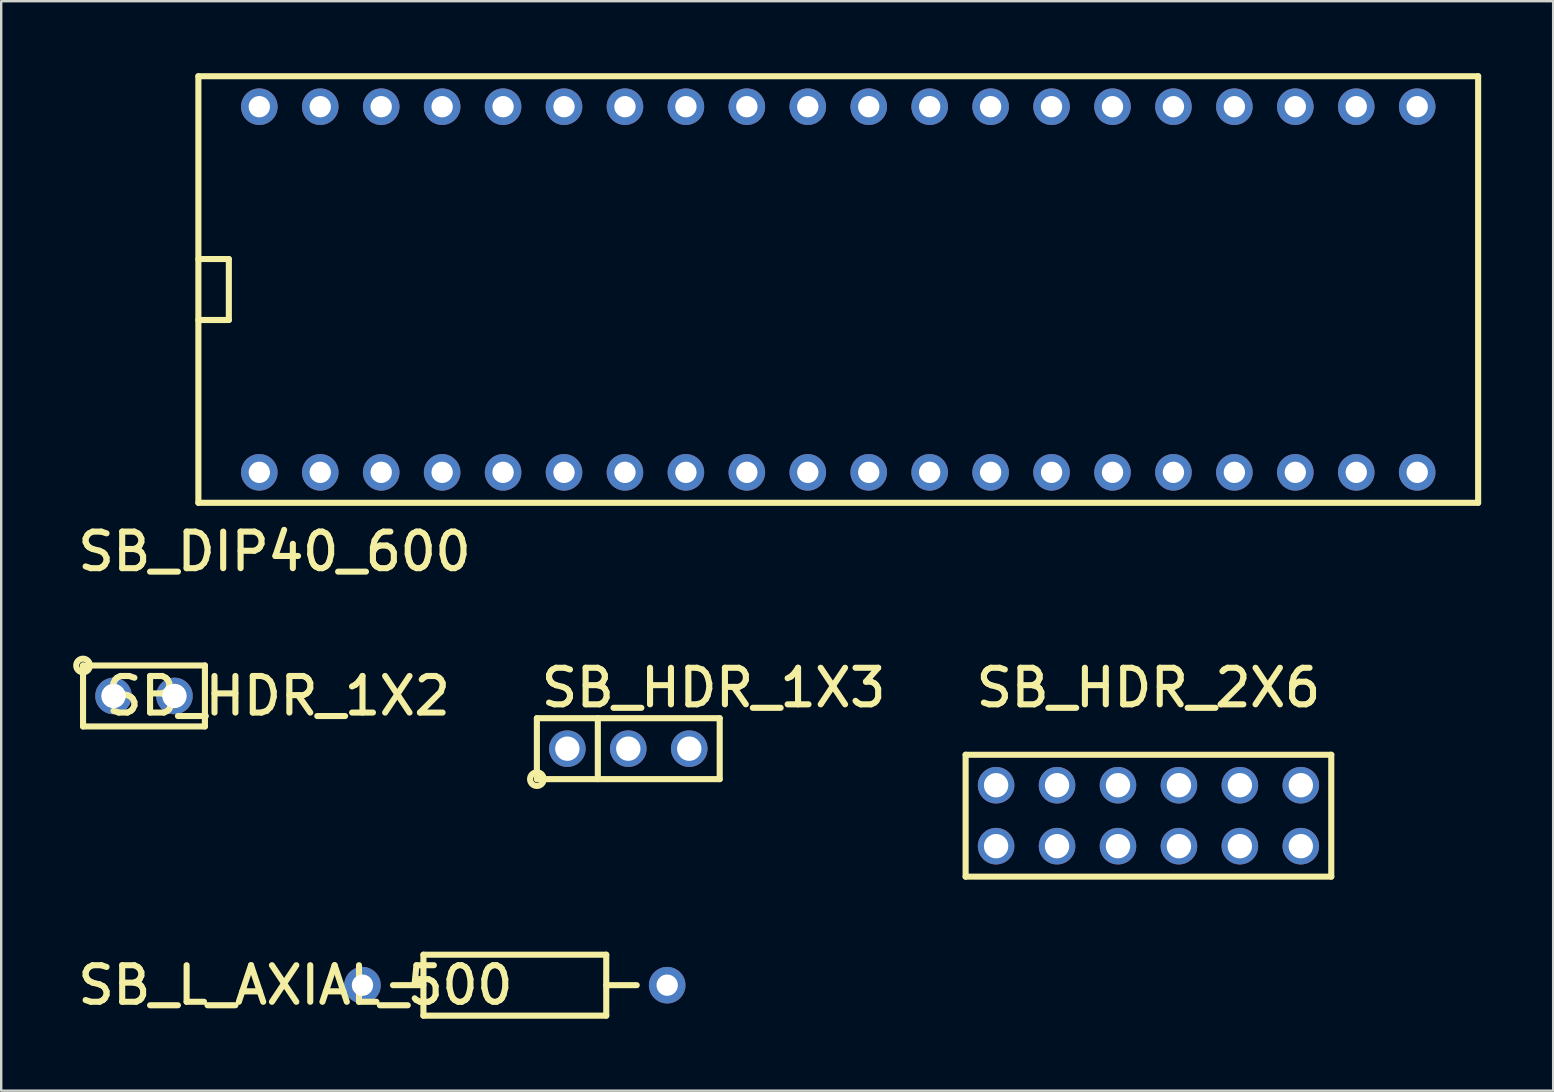
<source format=kicad_pcb>
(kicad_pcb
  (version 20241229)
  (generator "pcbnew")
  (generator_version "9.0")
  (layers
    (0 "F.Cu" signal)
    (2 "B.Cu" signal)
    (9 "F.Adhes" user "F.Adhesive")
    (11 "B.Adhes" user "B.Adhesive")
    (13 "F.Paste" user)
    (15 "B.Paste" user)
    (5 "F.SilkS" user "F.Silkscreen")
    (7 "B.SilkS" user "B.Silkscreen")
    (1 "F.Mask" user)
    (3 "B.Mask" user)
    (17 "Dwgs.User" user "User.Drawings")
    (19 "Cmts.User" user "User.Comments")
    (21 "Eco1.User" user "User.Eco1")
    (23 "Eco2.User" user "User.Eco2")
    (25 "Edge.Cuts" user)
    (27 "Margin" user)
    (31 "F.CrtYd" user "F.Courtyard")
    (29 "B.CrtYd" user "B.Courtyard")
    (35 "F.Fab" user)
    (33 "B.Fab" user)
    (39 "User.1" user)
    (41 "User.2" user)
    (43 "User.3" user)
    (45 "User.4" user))
  (footprint "SB_L_AXIAL_500"
    (layer "F.Cu")
    (at 12.058 38.012)
    (property "Reference" "SB_L_AXIAL_500" (at -2.794 0 0) (layer "F.SilkS") (effects (font (size 1.524 1.524) (thickness 0.254))))
    (attr through_hole)
    (fp_line (start 2.54 -1.27) (end 10.16 -1.27) (stroke (width 0.254) (type solid)) (layer "F.SilkS"))
    (fp_line (start 2.54 0) (end 1.27 0) (stroke (width 0.254) (type solid)) (layer "F.SilkS"))
    (fp_line (start 2.54 1.27) (end 2.54 -1.27) (stroke (width 0.254) (type solid)) (layer "F.SilkS"))
    (fp_line (start 10.16 0) (end 11.43 0) (stroke (width 0.254) (type solid)) (layer "F.SilkS"))
    (fp_line (start 10.16 1.27) (end 2.54 1.27) (stroke (width 0.254) (type solid)) (layer "F.SilkS"))
    (fp_line (start 10.16 1.27) (end 10.16 -1.27) (stroke (width 0.254) (type solid)) (layer "F.SilkS"))
    (pad "1" thru_hole circle (at 0 0 270) (size 1.524 1.524) (drill 0.889) (layers "*.Cu" "*.Mask"))
    (pad "2" thru_hole circle (at 12.7 0 270) (size 1.524 1.524) (drill 0.889) (layers "*.Cu" "*.Mask")))
  (footprint "SB_DIP40_600"
    (layer "F.Cu")
    (at 7.758 16.637)
    (property "Reference" "SB_DIP40_600" (at 0.635 3.302 0) (layer "F.SilkS") (effects (font (size 1.524 1.524) (thickness 0.254))))
    (attr through_hole)
    (fp_line (start -2.54 -16.51) (end -2.54 1.27) (stroke (width 0.254) (type solid)) (layer "F.SilkS"))
    (fp_line (start -2.54 -6.35) (end -1.27 -6.35) (stroke (width 0.254) (type solid)) (layer "F.SilkS"))
    (fp_line (start -2.54 1.27) (end 50.8 1.27) (stroke (width 0.254) (type solid)) (layer "F.SilkS"))
    (fp_line (start -1.27 -8.89) (end -2.54 -8.89) (stroke (width 0.254) (type solid)) (layer "F.SilkS"))
    (fp_line (start -1.27 -6.35) (end -1.27 -8.89) (stroke (width 0.254) (type solid)) (layer "F.SilkS"))
    (fp_line (start 50.8 -16.51) (end -2.54 -16.51) (stroke (width 0.254) (type solid)) (layer "F.SilkS"))
    (fp_line (start 50.8 1.27) (end 50.8 -16.51) (stroke (width 0.254) (type solid)) (layer "F.SilkS"))
    (pad "1" thru_hole circle (at 0 0) (size 1.524 1.524) (drill 0.889) (layers "*.Cu" "*.Mask"))
    (pad "2" thru_hole circle (at 2.54 0) (size 1.524 1.524) (drill 0.889) (layers "*.Cu" "*.Mask"))
    (pad "3" thru_hole circle (at 5.08 0) (size 1.524 1.524) (drill 0.889) (layers "*.Cu" "*.Mask"))
    (pad "4" thru_hole circle (at 7.62 0) (size 1.524 1.524) (drill 0.889) (layers "*.Cu" "*.Mask"))
    (pad "5" thru_hole circle (at 10.16 0) (size 1.524 1.524) (drill 0.889) (layers "*.Cu" "*.Mask"))
    (pad "6" thru_hole circle (at 12.7 0) (size 1.524 1.524) (drill 0.889) (layers "*.Cu" "*.Mask"))
    (pad "7" thru_hole circle (at 15.24 0) (size 1.524 1.524) (drill 0.889) (layers "*.Cu" "*.Mask"))
    (pad "8" thru_hole circle (at 17.78 0) (size 1.524 1.524) (drill 0.889) (layers "*.Cu" "*.Mask"))
    (pad "9" thru_hole circle (at 20.32 0) (size 1.524 1.524) (drill 0.889) (layers "*.Cu" "*.Mask"))
    (pad "10" thru_hole circle (at 22.86 0) (size 1.524 1.524) (drill 0.889) (layers "*.Cu" "*.Mask"))
    (pad "11" thru_hole circle (at 25.4 0) (size 1.524 1.524) (drill 0.889) (layers "*.Cu" "*.Mask"))
    (pad "12" thru_hole circle (at 27.94 0) (size 1.524 1.524) (drill 0.889) (layers "*.Cu" "*.Mask"))
    (pad "13" thru_hole circle (at 30.48 0 180) (size 1.524 1.524) (drill 0.889) (layers "*.Cu" "*.Mask"))
    (pad "14" thru_hole circle (at 33.02 0 180) (size 1.524 1.524) (drill 0.889) (layers "*.Cu" "*.Mask"))
    (pad "15" thru_hole circle (at 35.56 0 180) (size 1.524 1.524) (drill 0.889) (layers "*.Cu" "*.Mask"))
    (pad "16" thru_hole circle (at 38.1 0 180) (size 1.524 1.524) (drill 0.889) (layers "*.Cu" "*.Mask"))
    (pad "17" thru_hole circle (at 40.64 0 180) (size 1.524 1.524) (drill 0.889) (layers "*.Cu" "*.Mask"))
    (pad "18" thru_hole circle (at 43.18 0 180) (size 1.524 1.524) (drill 0.889) (layers "*.Cu" "*.Mask"))
    (pad "19" thru_hole circle (at 45.72 0 180) (size 1.524 1.524) (drill 0.889) (layers "*.Cu" "*.Mask"))
    (pad "20" thru_hole circle (at 48.26 0 180) (size 1.524 1.524) (drill 0.889) (layers "*.Cu" "*.Mask"))
    (pad "21" thru_hole circle (at 48.26 -15.24) (size 1.524 1.524) (drill 0.889) (layers "*.Cu" "*.Mask"))
    (pad "22" thru_hole circle (at 45.72 -15.24) (size 1.524 1.524) (drill 0.889) (layers "*.Cu" "*.Mask"))
    (pad "23" thru_hole circle (at 43.18 -15.24) (size 1.524 1.524) (drill 0.889) (layers "*.Cu" "*.Mask"))
    (pad "24" thru_hole circle (at 40.64 -15.24) (size 1.524 1.524) (drill 0.889) (layers "*.Cu" "*.Mask"))
    (pad "25" thru_hole circle (at 38.1 -15.24) (size 1.524 1.524) (drill 0.889) (layers "*.Cu" "*.Mask"))
    (pad "26" thru_hole circle (at 35.56 -15.24) (size 1.524 1.524) (drill 0.889) (layers "*.Cu" "*.Mask"))
    (pad "27" thru_hole circle (at 33.02 -15.24) (size 1.524 1.524) (drill 0.889) (layers "*.Cu" "*.Mask"))
    (pad "28" thru_hole circle (at 30.48 -15.24) (size 1.524 1.524) (drill 0.889) (layers "*.Cu" "*.Mask"))
    (pad "29" thru_hole circle (at 27.94 -15.24) (size 1.524 1.524) (drill 0.889) (layers "*.Cu" "*.Mask"))
    (pad "30" thru_hole circle (at 25.4 -15.24) (size 1.524 1.524) (drill 0.889) (layers "*.Cu" "*.Mask"))
    (pad "31" thru_hole circle (at 22.86 -15.24) (size 1.524 1.524) (drill 0.889) (layers "*.Cu" "*.Mask"))
    (pad "32" thru_hole circle (at 20.32 -15.24) (size 1.524 1.524) (drill 0.889) (layers "*.Cu" "*.Mask"))
    (pad "33" thru_hole circle (at 17.78 -15.24) (size 1.524 1.524) (drill 0.889) (layers "*.Cu" "*.Mask"))
    (pad "34" thru_hole circle (at 15.24 -15.24) (size 1.524 1.524) (drill 0.889) (layers "*.Cu" "*.Mask"))
    (pad "35" thru_hole circle (at 12.7 -15.24) (size 1.524 1.524) (drill 0.889) (layers "*.Cu" "*.Mask"))
    (pad "36" thru_hole circle (at 10.16 -15.24) (size 1.524 1.524) (drill 0.889) (layers "*.Cu" "*.Mask"))
    (pad "37" thru_hole circle (at 7.62 -15.24) (size 1.524 1.524) (drill 0.889) (layers "*.Cu" "*.Mask"))
    (pad "38" thru_hole circle (at 5.08 -15.24) (size 1.524 1.524) (drill 0.889) (layers "*.Cu" "*.Mask"))
    (pad "39" thru_hole circle (at 2.54 -15.24) (size 1.524 1.524) (drill 0.889) (layers "*.Cu" "*.Mask"))
    (pad "40" thru_hole circle (at 0 -15.24) (size 1.524 1.524) (drill 0.889) (layers "*.Cu" "*.Mask")))
  (footprint "SB_HDR_1X3"
    (layer "F.Cu")
    (at 20.597 28.154)
    (property "Reference" "SB_HDR_1X3" (at 6.096 -2.54 0) (layer "F.SilkS") (effects (font (size 1.524 1.524) (thickness 0.254))))
    (attr through_hole)
    (fp_line (start -1.27 -1.27) (end -1.27 1.27) (stroke (width 0.254) (type solid)) (layer "F.SilkS"))
    (fp_line (start -1.27 1.27) (end 6.35 1.27) (stroke (width 0.254) (type solid)) (layer "F.SilkS"))
    (fp_line (start 1.27 -1.27) (end 1.27 1.27) (stroke (width 0.254) (type solid)) (layer "F.SilkS"))
    (fp_line (start 6.35 -1.27) (end -1.27 -1.27) (stroke (width 0.254) (type solid)) (layer "F.SilkS"))
    (fp_line (start 6.35 1.27) (end 6.35 -1.27) (stroke (width 0.254) (type solid)) (layer "F.SilkS"))
    (fp_circle (center -1.27 1.27) (end -1.143 1.524) (stroke (width 0.254) (type solid)) (fill no) (layer "F.SilkS"))
    (pad "1" thru_hole circle (at 0 0 270) (size 1.524 1.524) (drill 1.016) (layers "*.Cu" "*.Mask"))
    (pad "2" thru_hole circle (at 2.54 0 270) (size 1.524 1.524) (drill 1.016) (layers "*.Cu" "*.Mask"))
    (pad "3" thru_hole circle (at 5.08 0) (size 1.524 1.524) (drill 1.016) (layers "*.Cu" "*.Mask")))
  (footprint "SB_HDR_1X2"
    (layer "F.Cu")
    (at 1.681 25.957)
    (property "Reference" "SB_HDR_1X2" (at 6.858 0 0) (layer "F.SilkS") (effects (font (size 1.524 1.524) (thickness 0.254))))
    (attr through_hole)
    (fp_line (start -1.27 -1.27) (end -1.27 1.27) (stroke (width 0.254) (type solid)) (layer "F.SilkS"))
    (fp_line (start -1.27 1.27) (end 3.81 1.27) (stroke (width 0.254) (type solid)) (layer "F.SilkS"))
    (fp_line (start 3.81 -1.27) (end -1.27 -1.27) (stroke (width 0.254) (type solid)) (layer "F.SilkS"))
    (fp_line (start 3.81 1.27) (end 3.81 -1.27) (stroke (width 0.254) (type solid)) (layer "F.SilkS"))
    (fp_circle (center -1.27 -1.27) (end -1.143 -1.016) (stroke (width 0.254) (type solid)) (fill no) (layer "F.SilkS"))
    (pad "1" thru_hole circle (at 0 0 270) (size 1.524 1.524) (drill 1.016) (layers "*.Cu" "*.Mask"))
    (pad "2" thru_hole circle (at 2.54 0 270) (size 1.524 1.524) (drill 1.016) (layers "*.Cu" "*.Mask")))
  (footprint "SB_HDR_2X6"
    (layer "F.Cu")
    (at 38.467 32.218)
    (property "Reference" "SB_HDR_2X6" (at 6.35 -6.604 0) (layer "F.SilkS") (effects (font (size 1.524 1.524) (thickness 0.254))))
    (attr through_hole)
    (fp_line (start -1.27 -3.81) (end -1.27 1.27) (stroke (width 0.254) (type solid)) (layer "F.SilkS"))
    (fp_line (start -1.27 1.27) (end 13.97 1.27) (stroke (width 0.254) (type solid)) (layer "F.SilkS"))
    (fp_line (start 13.97 -3.81) (end -1.27 -3.81) (stroke (width 0.254) (type solid)) (layer "F.SilkS"))
    (fp_line (start 13.97 1.27) (end 13.97 -3.81) (stroke (width 0.254) (type solid)) (layer "F.SilkS"))
    (pad "1" thru_hole circle (at 0 0) (size 1.524 1.524) (drill 1.016) (layers "*.Cu" "*.Mask"))
    (pad "2" thru_hole circle (at 0 -2.54) (size 1.524 1.524) (drill 1.016) (layers "*.Cu" "*.Mask"))
    (pad "3" thru_hole circle (at 2.54 0) (size 1.524 1.524) (drill 1.016) (layers "*.Cu" "*.Mask"))
    (pad "4" thru_hole circle (at 2.54 -2.54) (size 1.524 1.524) (drill 1.016) (layers "*.Cu" "*.Mask"))
    (pad "5" thru_hole circle (at 5.08 0) (size 1.524 1.524) (drill 1.016) (layers "*.Cu" "*.Mask"))
    (pad "6" thru_hole circle (at 5.08 -2.54) (size 1.524 1.524) (drill 1.016) (layers "*.Cu" "*.Mask"))
    (pad "7" thru_hole circle (at 7.62 0) (size 1.524 1.524) (drill 1.016) (layers "*.Cu" "*.Mask"))
    (pad "8" thru_hole circle (at 7.62 -2.54) (size 1.524 1.524) (drill 1.016) (layers "*.Cu" "*.Mask"))
    (pad "9" thru_hole circle (at 10.16 0) (size 1.524 1.524) (drill 1.016) (layers "*.Cu" "*.Mask"))
    (pad "10" thru_hole circle (at 10.16 -2.54) (size 1.524 1.524) (drill 1.016) (layers "*.Cu" "*.Mask"))
    (pad "11" thru_hole circle (at 12.7 0) (size 1.524 1.524) (drill 1.016) (layers "*.Cu" "*.Mask"))
    (pad "12" thru_hole circle (at 12.7 -2.54) (size 1.524 1.524) (drill 1.016) (layers "*.Cu" "*.Mask")))
  (gr_rect
    (start -3 -3)
    (end 61.685 42.409)
    (stroke (width 0.1) (type default))
    (fill no)
    (layer "Edge.Cuts")))
</source>
